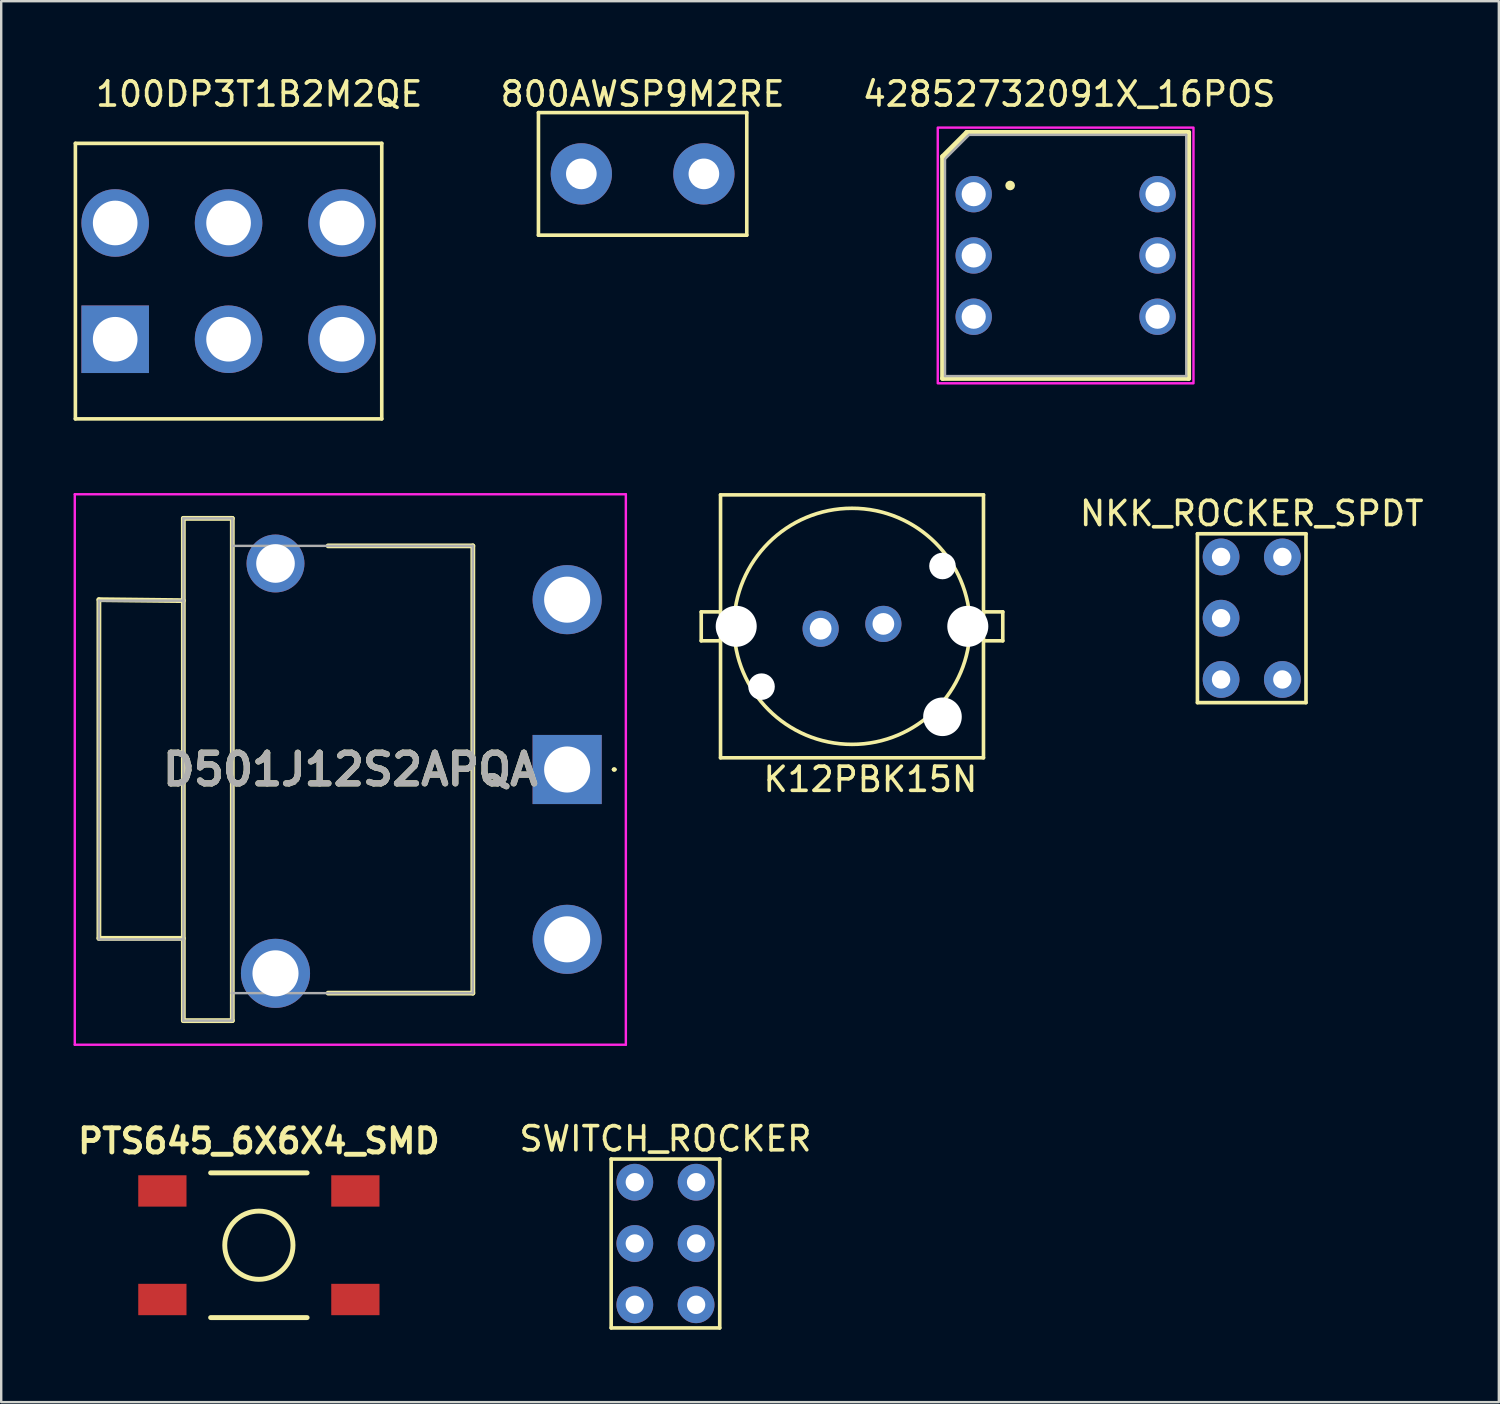
<source format=kicad_pcb>
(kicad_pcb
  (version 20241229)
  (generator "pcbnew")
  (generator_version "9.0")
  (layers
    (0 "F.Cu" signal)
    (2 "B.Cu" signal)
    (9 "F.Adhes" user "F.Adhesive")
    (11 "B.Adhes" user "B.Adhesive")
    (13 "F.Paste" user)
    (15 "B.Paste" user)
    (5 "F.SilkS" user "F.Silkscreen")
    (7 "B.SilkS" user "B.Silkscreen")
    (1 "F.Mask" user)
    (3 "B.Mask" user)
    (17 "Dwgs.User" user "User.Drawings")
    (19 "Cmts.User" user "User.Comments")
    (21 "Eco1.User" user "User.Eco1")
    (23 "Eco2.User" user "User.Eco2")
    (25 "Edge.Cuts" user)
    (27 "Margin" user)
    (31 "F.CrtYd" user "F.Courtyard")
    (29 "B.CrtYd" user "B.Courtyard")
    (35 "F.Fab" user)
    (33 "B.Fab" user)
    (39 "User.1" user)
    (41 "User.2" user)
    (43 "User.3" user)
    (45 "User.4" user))
  (footprint "PTS645_6X6X4_SMD"
    (layer "F.Cu")
    (at 7.681 48.568)
    (property "Reference" "PTS645_6X6X4_SMD" (at 0 -4.318 0) (layer "F.SilkS") (effects (font (size 1 1) (thickness 0.203))))
    (attr smd)
    (fp_line (start 2 -3) (end -2 -3) (stroke (width 0.203) (type solid)) (layer "F.SilkS"))
    (fp_line (start 2 3) (end -2 3) (stroke (width 0.203) (type solid)) (layer "F.SilkS"))
    (fp_circle (center 0 0) (end -1 -1) (stroke (width 0.203) (type solid)) (fill no) (layer "F.SilkS"))
    (pad "1" smd rect (at -4 -2.25) (size 2 1.3) (layers "F.Cu" "F.Mask" "F.Paste"))
    (pad "2" smd rect (at 4 -2.25) (size 2 1.3) (layers "F.Cu" "F.Mask" "F.Paste"))
    (pad "3" smd rect (at -4 2.25) (size 2 1.3) (layers "F.Cu" "F.Mask" "F.Paste"))
    (pad "4" smd rect (at 4 2.25) (size 2 1.3) (layers "F.Cu" "F.Mask" "F.Paste")))
  (footprint "D501J12S2APQA"
    (layer "F.Cu")
    (at 20.46 28.848)
    (property "Reference" "D501J12S2APQA" (at -8.989 0 0) (layer "F.SilkS") (effects (font (size 1.27 1.27) (thickness 0.254))))
    (attr through_hole)
    (fp_line (start -19.41 -7.04) (end -15.91 -7) (stroke (width 0.2) (type solid)) (layer "F.SilkS"))
    (fp_line (start -19.41 7) (end -19.41 -7.04) (stroke (width 0.2) (type solid)) (layer "F.SilkS"))
    (fp_line (start -15.91 -10.41) (end -13.88 -10.41) (stroke (width 0.2) (type solid)) (layer "F.SilkS"))
    (fp_line (start -15.91 7) (end -19.41 7) (stroke (width 0.2) (type solid)) (layer "F.SilkS"))
    (fp_line (start -15.91 10.41) (end -15.91 -10.41) (stroke (width 0.2) (type solid)) (layer "F.SilkS"))
    (fp_line (start -13.88 -10.41) (end -13.88 10.41) (stroke (width 0.2) (type solid)) (layer "F.SilkS"))
    (fp_line (start -13.88 10.41) (end -15.91 10.41) (stroke (width 0.2) (type solid)) (layer "F.SilkS"))
    (fp_line (start -9.91 9.27) (end -3.91 9.27) (stroke (width 0.2) (type solid)) (layer "F.SilkS"))
    (fp_line (start -3.91 -9.27) (end -9.91 -9.27) (stroke (width 0.2) (type solid)) (layer "F.SilkS"))
    (fp_line (start -3.91 9.27) (end -3.91 -9.27) (stroke (width 0.2) (type solid)) (layer "F.SilkS"))
    (fp_line (start 1.9 0) (end 1.9 0) (stroke (width 0.1) (type solid)) (layer "F.SilkS"))
    (fp_line (start 2 0) (end 2 0) (stroke (width 0.1) (type solid)) (layer "F.SilkS"))
    (fp_arc (start 1.9 0) (mid 1.95 -0.05) (end 2 0) (stroke (width 0.1) (type solid)) (layer "F.SilkS"))
    (fp_arc (start 2 0) (mid 1.95 0.05) (end 1.9 0) (stroke (width 0.1) (type solid)) (layer "F.SilkS"))
    (fp_line (start -20.41 -11.41) (end 2.433 -11.41) (stroke (width 0.1) (type solid)) (layer "F.CrtYd"))
    (fp_line (start -20.41 11.41) (end -20.41 -11.41) (stroke (width 0.1) (type solid)) (layer "F.CrtYd"))
    (fp_line (start 2.433 -11.41) (end 2.433 11.41) (stroke (width 0.1) (type solid)) (layer "F.CrtYd"))
    (fp_line (start 2.433 11.41) (end -20.41 11.41) (stroke (width 0.1) (type solid)) (layer "F.CrtYd"))
    (fp_line (start -19.41 -7) (end -15.91 -7) (stroke (width 0.1) (type solid)) (layer "F.Fab"))
    (fp_line (start -19.41 7.04) (end -19.41 -7) (stroke (width 0.1) (type solid)) (layer "F.Fab"))
    (fp_line (start -15.91 -10.41) (end -13.88 -10.41) (stroke (width 0.1) (type solid)) (layer "F.Fab"))
    (fp_line (start -15.91 7.04) (end -19.41 7.04) (stroke (width 0.1) (type solid)) (layer "F.Fab"))
    (fp_line (start -15.91 10.41) (end -15.91 -10.41) (stroke (width 0.1) (type solid)) (layer "F.Fab"))
    (fp_line (start -13.88 -10.41) (end -13.88 10.41) (stroke (width 0.1) (type solid)) (layer "F.Fab"))
    (fp_line (start -13.88 -9.27) (end -3.91 -9.27) (stroke (width 0.1) (type solid)) (layer "F.Fab"))
    (fp_line (start -13.88 10.41) (end -15.91 10.41) (stroke (width 0.1) (type solid)) (layer "F.Fab"))
    (fp_line (start -3.91 -9.27) (end -3.91 9.27) (stroke (width 0.1) (type solid)) (layer "F.Fab"))
    (fp_line (start -3.91 9.27) (end -13.91 9.27) (stroke (width 0.1) (type solid)) (layer "F.Fab"))
    (fp_text user "${REFERENCE}" (at -8.989 0 0) (layer "F.Fab") (effects (font (size 1.27 1.27) (thickness 0.254))))
    (pad "1" thru_hole rect (at 0 0) (size 2.865 2.865) (drill 1.91) (layers "*.Cu" "*.Mask"))
    (pad "A1" thru_hole circle (at 0 -7.04) (size 2.865 2.865) (drill 1.91) (layers "*.Cu" "*.Mask"))
    (pad "B1" thru_hole circle (at 0 7.04) (size 2.865 2.865) (drill 1.91) (layers "*.Cu" "*.Mask"))
    (pad "MH1" thru_hole circle (at -12.09 -8.54) (size 2.4 2.4) (drill 1.6) (layers "*.Cu" "*.Mask"))
    (pad "MH2" thru_hole circle (at -12.09 8.45) (size 2.865 2.865) (drill 1.91) (layers "*.Cu" "*.Mask")))
  (footprint "100DP3T1B2M2QE"
    (layer "F.Cu")
    (at 6.425 8.603)
    (property "Reference" "100DP3T1B2M2QE" (at 1.27 -7.755 0) (layer "F.SilkS") (effects (font (size 1 1) (thickness 0.15))))
    (attr through_hole)
    (fp_line (start -6.35 -5.71) (end 6.35 -5.71) (stroke (width 0.15) (type solid)) (layer "F.SilkS"))
    (fp_line (start -6.35 5.71) (end -6.35 -5.71) (stroke (width 0.15) (type solid)) (layer "F.SilkS"))
    (fp_line (start 6.35 -5.71) (end 6.35 5.71) (stroke (width 0.15) (type solid)) (layer "F.SilkS"))
    (fp_line (start 6.35 5.71) (end -6.35 5.71) (stroke (width 0.15) (type solid)) (layer "F.SilkS"))
    (pad "1" thru_hole rect (at -4.7 2.41) (size 2.8 2.8) (drill 1.85) (layers "*.Cu" "*.Mask"))
    (pad "2" thru_hole circle (at 0 2.41) (size 2.8 2.8) (drill 1.85) (layers "*.Cu" "*.Mask"))
    (pad "3" thru_hole circle (at 4.7 2.41) (size 2.8 2.8) (drill 1.85) (layers "*.Cu" "*.Mask"))
    (pad "4" thru_hole circle (at -4.7 -2.41) (size 2.8 2.8) (drill 1.85) (layers "*.Cu" "*.Mask"))
    (pad "5" thru_hole circle (at 0 -2.41) (size 2.8 2.8) (drill 1.85) (layers "*.Cu" "*.Mask"))
    (pad "6" thru_hole circle (at 4.7 -2.41) (size 2.8 2.8) (drill 1.85) (layers "*.Cu" "*.Mask")))
  (footprint "K12PBK15N"
    (layer "F.Cu")
    (at 32.268 22.913)
    (property "Reference" "K12PBK15N" (at 0.762 6.342 0) (layer "F.SilkS") (effects (font (size 1 1) (thickness 0.15))))
    (attr through_hole)
    (fp_line (start -6.25 0.6) (end -6.25 -0.6) (stroke (width 0.15) (type solid)) (layer "F.SilkS"))
    (fp_line (start -5.45 -5.45) (end -5.45 5.45) (stroke (width 0.15) (type solid)) (layer "F.SilkS"))
    (fp_line (start -5.45 -5.45) (end 5.45 -5.45) (stroke (width 0.15) (type solid)) (layer "F.SilkS"))
    (fp_line (start -5.45 -0.6) (end -6.25 -0.6) (stroke (width 0.15) (type solid)) (layer "F.SilkS"))
    (fp_line (start -5.45 0.6) (end -6.25 0.6) (stroke (width 0.15) (type solid)) (layer "F.SilkS"))
    (fp_line (start -5.45 5.45) (end 5.45 5.45) (stroke (width 0.15) (type solid)) (layer "F.SilkS"))
    (fp_line (start 5.45 -5.45) (end 5.45 5.45) (stroke (width 0.15) (type solid)) (layer "F.SilkS"))
    (fp_line (start 5.45 -0.6) (end 6.25 -0.6) (stroke (width 0.15) (type solid)) (layer "F.SilkS"))
    (fp_line (start 5.45 0.6) (end 6.25 0.6) (stroke (width 0.15) (type solid)) (layer "F.SilkS"))
    (fp_line (start 6.25 0.6) (end 6.25 -0.6) (stroke (width 0.15) (type solid)) (layer "F.SilkS"))
    (fp_circle (center 0 0) (end -3.46 -3.46) (stroke (width 0.15) (type solid)) (fill no) (layer "F.SilkS"))
    (pad "" np_thru_hole circle (at -4.8 0) (size 1.7 1.7) (drill 1.7) (layers "*.Cu" "*.Mask"))
    (pad "" np_thru_hole circle (at -3.75 2.5) (size 1.1 1.1) (drill 1.1) (layers "*.Cu" "*.Mask"))
    (pad "" np_thru_hole circle (at 3.75 -2.5) (size 1.1 1.1) (drill 1.1) (layers "*.Cu" "*.Mask"))
    (pad "" np_thru_hole circle (at 3.75 3.75) (size 1.6 1.6) (drill 1.6) (layers "*.Cu" "*.Mask"))
    (pad "" np_thru_hole circle (at 4.8 0) (size 1.7 1.7) (drill 1.7) (layers "*.Cu" "*.Mask"))
    (pad "1" thru_hole circle (at 1.3 -0.1) (size 1.5 1.5) (drill 0.9) (layers "*.Cu" "*.Mask"))
    (pad "2" thru_hole circle (at -1.3 0.1) (size 1.5 1.5) (drill 0.9) (layers "*.Cu" "*.Mask")))
  (footprint "SWITCH_ROCKER"
    (layer "F.Cu")
    (at 24.535 48.496)
    (property "Reference" "SWITCH_ROCKER" (at 0 -4.34 0) (layer "F.SilkS") (effects (font (size 1 1) (thickness 0.15))))
    (attr through_hole)
    (fp_line (start -2.25 -3.5) (end -2.25 3.5) (stroke (width 0.15) (type solid)) (layer "F.SilkS"))
    (fp_line (start -2.25 -3.5) (end 2.25 -3.5) (stroke (width 0.15) (type solid)) (layer "F.SilkS"))
    (fp_line (start -2.25 3.5) (end 2.25 3.5) (stroke (width 0.15) (type solid)) (layer "F.SilkS"))
    (fp_line (start 2.25 3.5) (end 2.25 -3.5) (stroke (width 0.15) (type solid)) (layer "F.SilkS"))
    (pad "1" thru_hole circle (at 1.27 -2.54) (size 1.524 1.524) (drill 0.762) (layers "*.Cu" "*.Mask"))
    (pad "2" thru_hole circle (at 1.27 0) (size 1.524 1.524) (drill 0.762) (layers "*.Cu" "*.Mask"))
    (pad "3" thru_hole circle (at 1.27 2.54) (size 1.524 1.524) (drill 0.762) (layers "*.Cu" "*.Mask"))
    (pad "4" thru_hole circle (at -1.27 -2.54) (size 1.524 1.524) (drill 0.762) (layers "*.Cu" "*.Mask"))
    (pad "5" thru_hole circle (at -1.27 0) (size 1.524 1.524) (drill 0.762) (layers "*.Cu" "*.Mask"))
    (pad "6" thru_hole circle (at -1.27 2.54) (size 1.524 1.524) (drill 0.762) (layers "*.Cu" "*.Mask")))
  (footprint "800AWSP9M2RE"
    (layer "F.Cu")
    (at 23.588 4.158)
    (property "Reference" "800AWSP9M2RE" (at 0 -3.31 0) (layer "F.SilkS") (effects (font (size 1 1) (thickness 0.15))))
    (attr through_hole)
    (fp_line (start -4.318 -2.54) (end -4.318 2.54) (stroke (width 0.15) (type solid)) (layer "F.SilkS"))
    (fp_line (start -4.318 2.54) (end 4.318 2.54) (stroke (width 0.15) (type solid)) (layer "F.SilkS"))
    (fp_line (start 4.318 -2.54) (end -4.318 -2.54) (stroke (width 0.15) (type solid)) (layer "F.SilkS"))
    (fp_line (start 4.318 2.54) (end 4.318 -2.54) (stroke (width 0.15) (type solid)) (layer "F.SilkS"))
    (pad "1" thru_hole circle (at -2.54 0) (size 2.54 2.54) (drill 1.27) (layers "*.Cu" "*.Mask"))
    (pad "3" thru_hole circle (at 2.54 0) (size 2.54 2.54) (drill 1.27) (layers "*.Cu" "*.Mask")))
  (footprint "42852732091X_16POS"
    (layer "F.Cu")
    (at 41.123 7.539)
    (property "Reference" "42852732091X_16POS" (at 0.143 -6.691 0) (layer "F.SilkS") (effects (font (size 1 1) (thickness 0.15))))
    (attr through_hole)
    (fp_line (start -5.1 -4.1) (end -4.1 -5.1) (stroke (width 0.2) (type solid)) (layer "F.SilkS"))
    (fp_line (start -5.1 5.1) (end -5.1 -4.1) (stroke (width 0.2) (type solid)) (layer "F.SilkS"))
    (fp_line (start -4.1 -5.1) (end 5.1 -5.1) (stroke (width 0.2) (type solid)) (layer "F.SilkS"))
    (fp_line (start 5.1 -5.1) (end 5.1 5.1) (stroke (width 0.2) (type solid)) (layer "F.SilkS"))
    (fp_line (start 5.1 5.1) (end -5.1 5.1) (stroke (width 0.2) (type solid)) (layer "F.SilkS"))
    (fp_circle (center -2.3 -2.9) (end -2.2 -2.9) (stroke (width 0.2) (type solid)) (fill no) (layer "F.SilkS"))
    (fp_poly (pts (xy 5.3 -5.3) (xy 5.3 5.3) (xy -5.3 5.3) (xy -5.3 -5.3)) (stroke (width 0.1) (type solid)) (fill no) (layer "F.CrtYd"))
    (fp_line (start -5 -4) (end -5 5) (stroke (width 0.1) (type solid)) (layer "F.Fab"))
    (fp_line (start -5 -4) (end -4 -5) (stroke (width 0.1) (type solid)) (layer "F.Fab"))
    (fp_line (start -5 5) (end 5 5) (stroke (width 0.1) (type solid)) (layer "F.Fab"))
    (fp_line (start 5 -5) (end -4 -5) (stroke (width 0.1) (type solid)) (layer "F.Fab"))
    (fp_line (start 5 5) (end 5 -5) (stroke (width 0.1) (type solid)) (layer "F.Fab"))
    (pad "1" thru_hole circle (at -3.81 -2.54) (size 1.508 1.508) (drill 1) (layers "*.Cu" "*.Mask"))
    (pad "2" thru_hole circle (at 3.81 2.54) (size 1.508 1.508) (drill 1) (layers "*.Cu" "*.Mask"))
    (pad "4" thru_hole circle (at -3.81 2.54) (size 1.508 1.508) (drill 1) (layers "*.Cu" "*.Mask"))
    (pad "8" thru_hole circle (at 3.81 -2.54) (size 1.508 1.508) (drill 1) (layers "*.Cu" "*.Mask"))
    (pad "C" thru_hole circle (at -3.81 0) (size 1.508 1.508) (drill 1) (layers "*.Cu" "*.Mask"))
    (pad "C" thru_hole circle (at 3.81 0) (size 1.508 1.508) (drill 1) (layers "*.Cu" "*.Mask")))
  (footprint "NKK_ROCKER_SPDT"
    (layer "F.Cu")
    (at 48.837 22.576)
    (property "Reference" "NKK_ROCKER_SPDT" (at 0 -4.34 0) (layer "F.SilkS") (effects (font (size 1 1) (thickness 0.15))))
    (attr through_hole)
    (fp_line (start -2.25 -3.5) (end -2.25 3.5) (stroke (width 0.15) (type solid)) (layer "F.SilkS"))
    (fp_line (start -2.25 -3.5) (end 2.25 -3.5) (stroke (width 0.15) (type solid)) (layer "F.SilkS"))
    (fp_line (start -2.25 3.5) (end 2.25 3.5) (stroke (width 0.15) (type solid)) (layer "F.SilkS"))
    (fp_line (start 2.25 3.5) (end 2.25 -3.5) (stroke (width 0.15) (type solid)) (layer "F.SilkS"))
    (pad "1" thru_hole circle (at 1.27 -2.54) (size 1.524 1.524) (drill 0.762) (layers "*.Cu" "*.Mask"))
    (pad "3" thru_hole circle (at 1.27 2.54) (size 1.524 1.524) (drill 0.762) (layers "*.Cu" "*.Mask"))
    (pad "4" thru_hole circle (at -1.27 -2.54) (size 1.524 1.524) (drill 0.762) (layers "*.Cu" "*.Mask"))
    (pad "5" thru_hole circle (at -1.27 0) (size 1.524 1.524) (drill 0.762) (layers "*.Cu" "*.Mask"))
    (pad "6" thru_hole circle (at -1.27 2.54) (size 1.524 1.524) (drill 0.762) (layers "*.Cu" "*.Mask")))
  (gr_rect
    (start -3 -3)
    (end 59.081 55.072)
    (stroke (width 0.1) (type default))
    (fill no)
    (layer "Edge.Cuts")))
</source>
